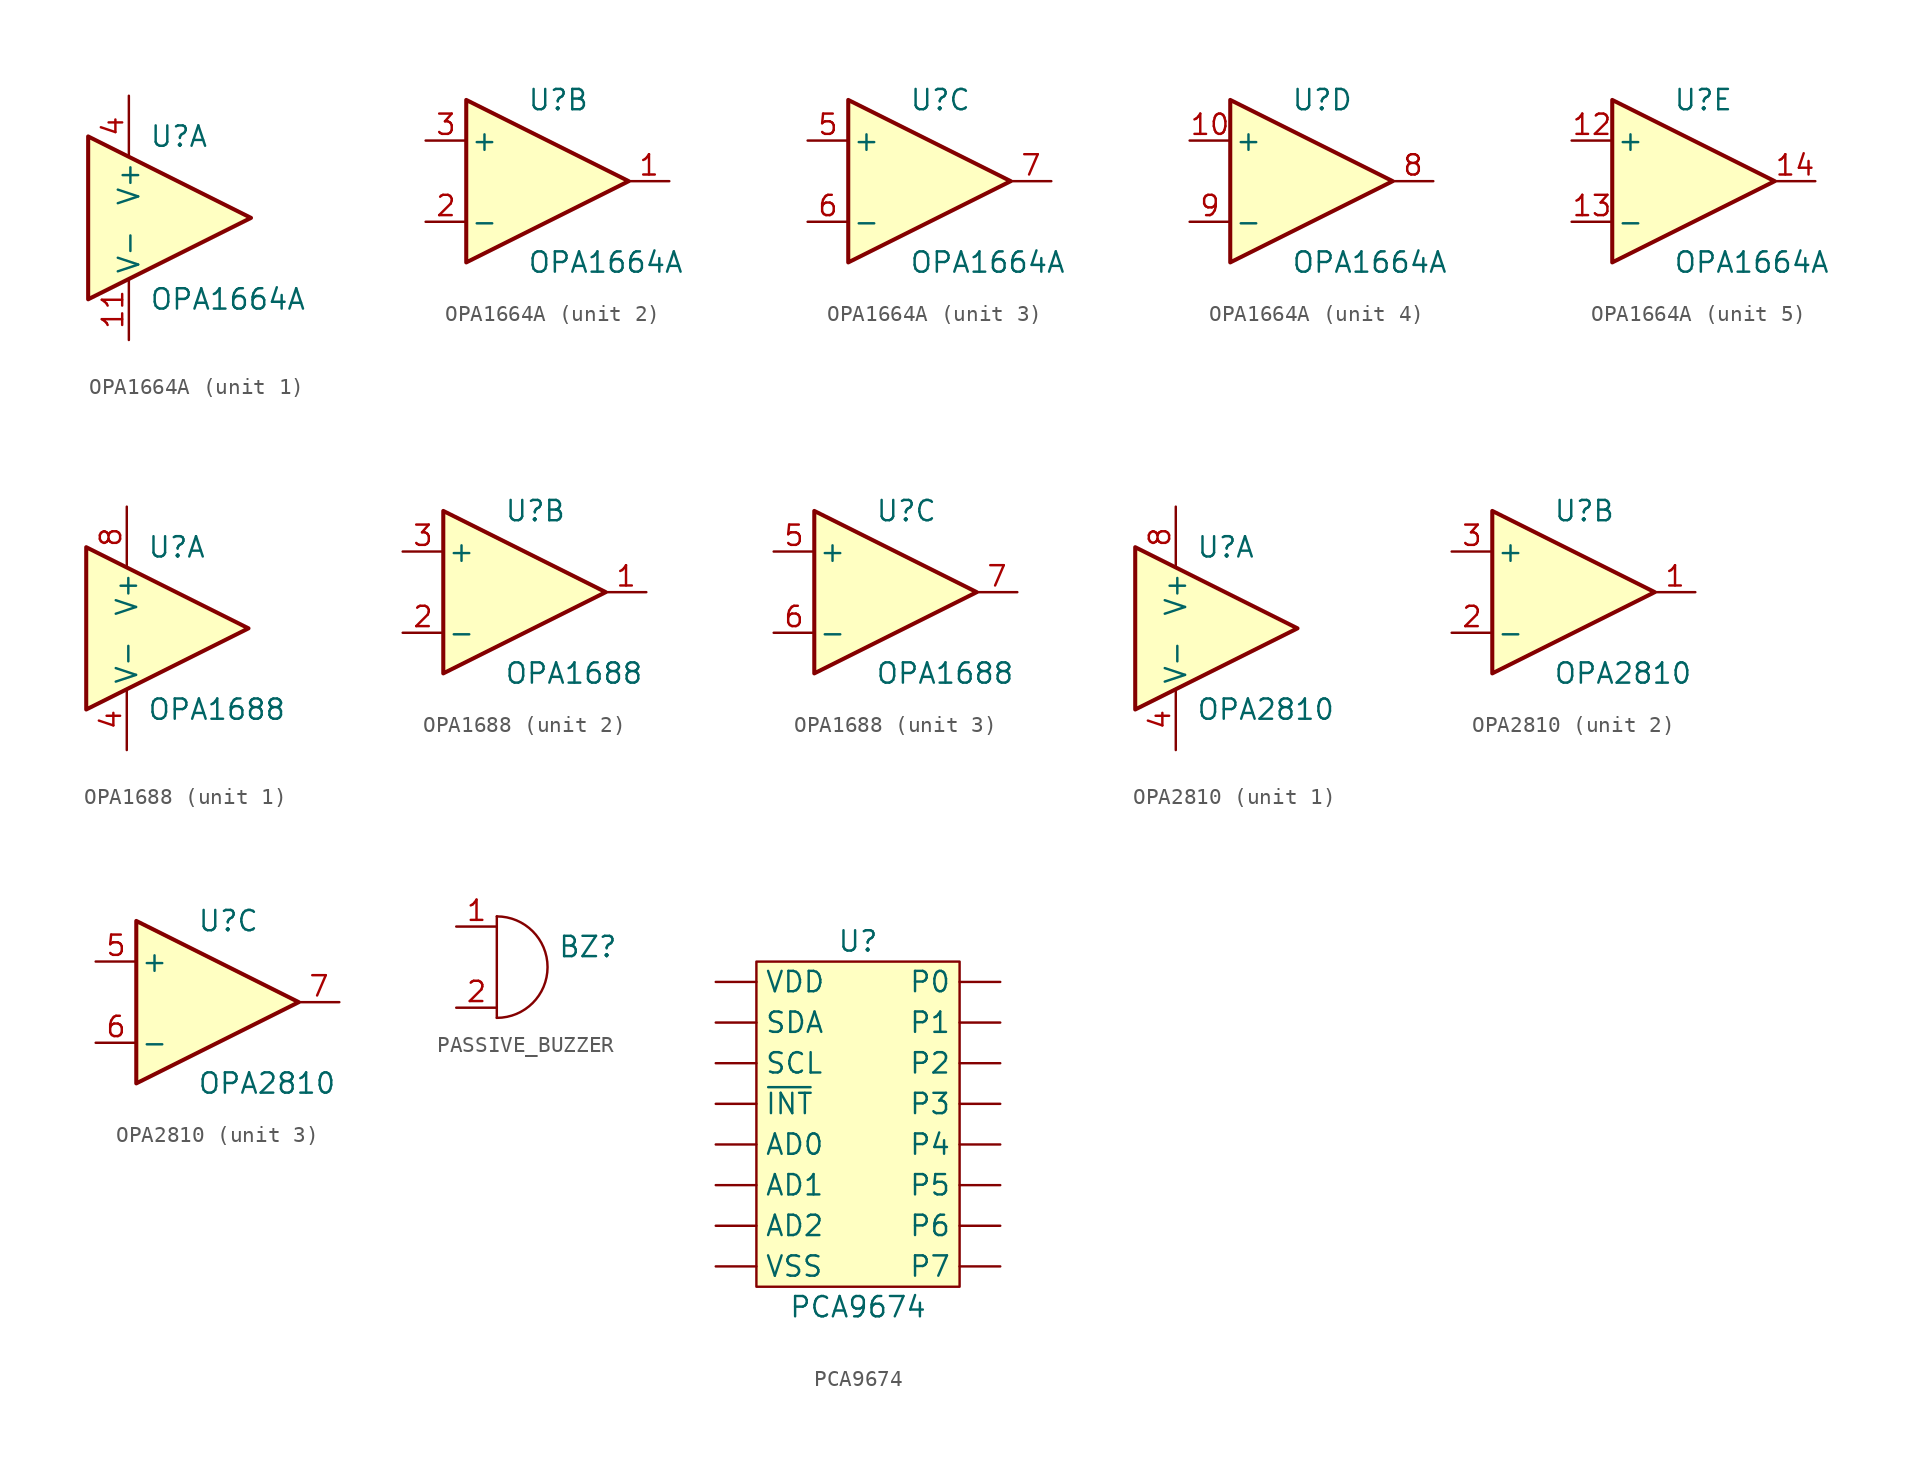
<source format=kicad_sym>
(kicad_symbol_lib
  (version 20210619)
  (generator kicad_symbol_editor)
  (symbol "custom:OPA1664A"
    (pin_names
      (offset 0.254))
    (property "Reference" "U"
      (at -1.27 5.08 0)
      (effects (font (size 1.27 1.27)) (justify left)))
    (property "Value" "OPA1664A"
      (at -1.27 -5.08 0)
      (effects (font (size 1.27 1.27)) (justify left)))
    (property "ki_locked" ""
      (at 0 0 0)
      (effects (font (size 1.27 1.27))))
    (symbol "OPA1664A_0_1"
      (polyline (pts (xy 5.08 0) (xy -5.08 5.08) (xy -5.08 -5.08) (xy 5.08 0)) (stroke (width 0.254)) (fill (type background))))
    (symbol "OPA1664A_1_1"
      (pin power_in line (at -2.54 -7.62 90) (length 3.81) (name "V-" (effects (font (size 1.27 1.27)))) (number "11" (effects (font (size 1.27 1.27)))))
      (pin power_in line (at -2.54 7.62 270) (length 3.81) (name "V+" (effects (font (size 1.27 1.27)))) (number "4" (effects (font (size 1.27 1.27))))))
    (symbol "OPA1664A_2_1"
      (pin output line (at 7.62 0 180) (length 2.54) (name "~" (effects (font (size 1.27 1.27)))) (number "1" (effects (font (size 1.27 1.27)))))
      (pin input line (at -7.62 -2.54 0) (length 2.54) (name "-" (effects (font (size 1.27 1.27)))) (number "2" (effects (font (size 1.27 1.27)))))
      (pin input line (at -7.62 2.54 0) (length 2.54) (name "+" (effects (font (size 1.27 1.27)))) (number "3" (effects (font (size 1.27 1.27))))))
    (symbol "OPA1664A_3_1"
      (pin input line (at -7.62 2.54 0) (length 2.54) (name "+" (effects (font (size 1.27 1.27)))) (number "5" (effects (font (size 1.27 1.27)))))
      (pin input line (at -7.62 -2.54 0) (length 2.54) (name "-" (effects (font (size 1.27 1.27)))) (number "6" (effects (font (size 1.27 1.27)))))
      (pin output line (at 7.62 0 180) (length 2.54) (name "~" (effects (font (size 1.27 1.27)))) (number "7" (effects (font (size 1.27 1.27))))))
    (symbol "OPA1664A_4_1"
      (pin input line (at -7.62 2.54 0) (length 2.54) (name "+" (effects (font (size 1.27 1.27)))) (number "10" (effects (font (size 1.27 1.27)))))
      (pin output line (at 7.62 0 180) (length 2.54) (name "~" (effects (font (size 1.27 1.27)))) (number "8" (effects (font (size 1.27 1.27)))))
      (pin input line (at -7.62 -2.54 0) (length 2.54) (name "-" (effects (font (size 1.27 1.27)))) (number "9" (effects (font (size 1.27 1.27))))))
    (symbol "OPA1664A_5_1"
      (pin input line (at -7.62 2.54 0) (length 2.54) (name "+" (effects (font (size 1.27 1.27)))) (number "12" (effects (font (size 1.27 1.27)))))
      (pin input line (at -7.62 -2.54 0) (length 2.54) (name "-" (effects (font (size 1.27 1.27)))) (number "13" (effects (font (size 1.27 1.27)))))
      (pin output line (at 7.62 0 180) (length 2.54) (name "~" (effects (font (size 1.27 1.27)))) (number "14" (effects (font (size 1.27 1.27)))))))
  (symbol "custom:OPA1688"
    (pin_names
      (offset 0.254))
    (property "Reference" "U"
      (at -1.27 5.08 0)
      (effects (font (size 1.27 1.27)) (justify left)))
    (property "Value" "OPA1688"
      (at -1.27 -5.08 0)
      (effects (font (size 1.27 1.27)) (justify left)))
    (property "ki_locked" ""
      (at 0 0 0)
      (effects (font (size 1.27 1.27))))
    (symbol "OPA1688_0_1"
      (polyline (pts (xy 5.08 0) (xy -5.08 5.08) (xy -5.08 -5.08) (xy 5.08 0)) (stroke (width 0.254)) (fill (type background))))
    (symbol "OPA1688_1_1"
      (pin power_in line (at -2.54 -7.62 90) (length 3.81) (name "V-" (effects (font (size 1.27 1.27)))) (number "4" (effects (font (size 1.27 1.27)))))
      (pin power_in line (at -2.54 7.62 270) (length 3.81) (name "V+" (effects (font (size 1.27 1.27)))) (number "8" (effects (font (size 1.27 1.27))))))
    (symbol "OPA1688_2_1"
      (pin output line (at 7.62 0 180) (length 2.54) (name "~" (effects (font (size 1.27 1.27)))) (number "1" (effects (font (size 1.27 1.27)))))
      (pin input line (at -7.62 -2.54 0) (length 2.54) (name "-" (effects (font (size 1.27 1.27)))) (number "2" (effects (font (size 1.27 1.27)))))
      (pin input line (at -7.62 2.54 0) (length 2.54) (name "+" (effects (font (size 1.27 1.27)))) (number "3" (effects (font (size 1.27 1.27))))))
    (symbol "OPA1688_3_1"
      (pin input line (at -7.62 2.54 0) (length 2.54) (name "+" (effects (font (size 1.27 1.27)))) (number "5" (effects (font (size 1.27 1.27)))))
      (pin input line (at -7.62 -2.54 0) (length 2.54) (name "-" (effects (font (size 1.27 1.27)))) (number "6" (effects (font (size 1.27 1.27)))))
      (pin output line (at 7.62 0 180) (length 2.54) (name "~" (effects (font (size 1.27 1.27)))) (number "7" (effects (font (size 1.27 1.27)))))))
  (symbol "custom:OPA2810"
    (pin_names
      (offset 0.254))
    (property "Reference" "U"
      (at -1.27 5.08 0)
      (effects (font (size 1.27 1.27)) (justify left)))
    (property "Value" "OPA2810"
      (at -1.27 -5.08 0)
      (effects (font (size 1.27 1.27)) (justify left)))
    (property "ki_locked" ""
      (at 0 0 0)
      (effects (font (size 1.27 1.27))))
    (symbol "OPA2810_0_1"
      (polyline (pts (xy 5.08 0) (xy -5.08 5.08) (xy -5.08 -5.08) (xy 5.08 0)) (stroke (width 0.254)) (fill (type background))))
    (symbol "OPA2810_1_1"
      (pin power_in line (at -2.54 -7.62 90) (length 3.81) (name "V-" (effects (font (size 1.27 1.27)))) (number "4" (effects (font (size 1.27 1.27)))))
      (pin power_in line (at -2.54 7.62 270) (length 3.81) (name "V+" (effects (font (size 1.27 1.27)))) (number "8" (effects (font (size 1.27 1.27))))))
    (symbol "OPA2810_2_1"
      (pin output line (at 7.62 0 180) (length 2.54) (name "~" (effects (font (size 1.27 1.27)))) (number "1" (effects (font (size 1.27 1.27)))))
      (pin input line (at -7.62 -2.54 0) (length 2.54) (name "-" (effects (font (size 1.27 1.27)))) (number "2" (effects (font (size 1.27 1.27)))))
      (pin input line (at -7.62 2.54 0) (length 2.54) (name "+" (effects (font (size 1.27 1.27)))) (number "3" (effects (font (size 1.27 1.27))))))
    (symbol "OPA2810_3_1"
      (pin input line (at -7.62 2.54 0) (length 2.54) (name "+" (effects (font (size 1.27 1.27)))) (number "5" (effects (font (size 1.27 1.27)))))
      (pin input line (at -7.62 -2.54 0) (length 2.54) (name "-" (effects (font (size 1.27 1.27)))) (number "6" (effects (font (size 1.27 1.27)))))
      (pin output line (at 7.62 0 180) (length 2.54) (name "~" (effects (font (size 1.27 1.27)))) (number "7" (effects (font (size 1.27 1.27)))))))
  (symbol "custom:PASSIVE_BUZZER"
    (pin_names
      (offset 0.025) hide)
    (property "Reference" "BZ"
      (at 3.81 1.27 0)
      (effects (font (size 1.27 1.27)) (justify left)))
    (symbol "PASSIVE_BUZZER_0_1"
      (arc (start 0 -3.175) (end 0 3.175) (radius (at 0 0) (length 3.175) (angles -89.9 89.9)) (stroke (width 0)) (fill (type none)))
      (polyline (pts (xy 0 3.175) (xy 0 -3.175)) (stroke (width 0)) (fill (type none))))
    (symbol "PASSIVE_BUZZER_1_1"
      (pin passive line (at -2.54 2.54 0) (length 2.54) (name "-" (effects (font (size 1.27 1.27)))) (number "1" (effects (font (size 1.27 1.27)))))
      (pin passive line (at -2.54 -2.54 0) (length 2.54) (name "+" (effects (font (size 1.27 1.27)))) (number "2" (effects (font (size 1.27 1.27)))))))
  (symbol "custom:PCA9674"
    (pin_numbers hide)
    (property "Reference" "U"
      (at 0 11.43 0)
      (effects (font (size 1.27 1.27))))
    (property "Value" "PCA9674"
      (at 0 -11.43 0)
      (effects (font (size 1.27 1.27))))
    (symbol "PCA9674_0_1"
      (rectangle (start -6.35 10.16) (end 6.35 -10.16) (stroke (width 0.152)) (fill (type background))))
    (symbol "PCA9674_1_1"
      (pin input line (at -8.89 -1.27 0) (length 2.54) (name "AD0" (effects (font (size 1.27 1.27)))) (number "1" (effects (font (size 1.27 1.27)))))
      (pin input line (at 8.89 -3.81 180) (length 2.54) (name "P5" (effects (font (size 1.27 1.27)))) (number "10" (effects (font (size 1.27 1.27)))))
      (pin input line (at 8.89 -6.35 180) (length 2.54) (name "P6" (effects (font (size 1.27 1.27)))) (number "11" (effects (font (size 1.27 1.27)))))
      (pin input line (at 8.89 -8.89 180) (length 2.54) (name "P7" (effects (font (size 1.27 1.27)))) (number "12" (effects (font (size 1.27 1.27)))))
      (pin output line (at -8.89 1.27 0) (length 2.54) (name "~{INT}" (effects (font (size 1.27 1.27)))) (number "13" (effects (font (size 1.27 1.27)))))
      (pin bidirectional line (at -8.89 3.81 0) (length 2.54) (name "SCL" (effects (font (size 1.27 1.27)))) (number "14" (effects (font (size 1.27 1.27)))))
      (pin bidirectional line (at -8.89 6.35 0) (length 2.54) (name "SDA" (effects (font (size 1.27 1.27)))) (number "15" (effects (font (size 1.27 1.27)))))
      (pin power_in line (at -8.89 8.89 0) (length 2.54) (name "VDD" (effects (font (size 1.27 1.27)))) (number "16" (effects (font (size 1.27 1.27)))))
      (pin input line (at -8.89 -3.81 0) (length 2.54) (name "AD1" (effects (font (size 1.27 1.27)))) (number "2" (effects (font (size 1.27 1.27)))))
      (pin input line (at -8.89 -6.35 0) (length 2.54) (name "AD2" (effects (font (size 1.27 1.27)))) (number "3" (effects (font (size 1.27 1.27)))))
      (pin input line (at 8.89 8.89 180) (length 2.54) (name "P0" (effects (font (size 1.27 1.27)))) (number "4" (effects (font (size 1.27 1.27)))))
      (pin input line (at 8.89 6.35 180) (length 2.54) (name "P1" (effects (font (size 1.27 1.27)))) (number "5" (effects (font (size 1.27 1.27)))))
      (pin input line (at 8.89 3.81 180) (length 2.54) (name "P2" (effects (font (size 1.27 1.27)))) (number "6" (effects (font (size 1.27 1.27)))))
      (pin input line (at 8.89 1.27 180) (length 2.54) (name "P3" (effects (font (size 1.27 1.27)))) (number "7" (effects (font (size 1.27 1.27)))))
      (pin power_in line (at -8.89 -8.89 0) (length 2.54) (name "VSS" (effects (font (size 1.27 1.27)))) (number "8" (effects (font (size 1.27 1.27)))))
      (pin input line (at 8.89 -1.27 180) (length 2.54) (name "P4" (effects (font (size 1.27 1.27)))) (number "9" (effects (font (size 1.27 1.27))))))))
</source>
